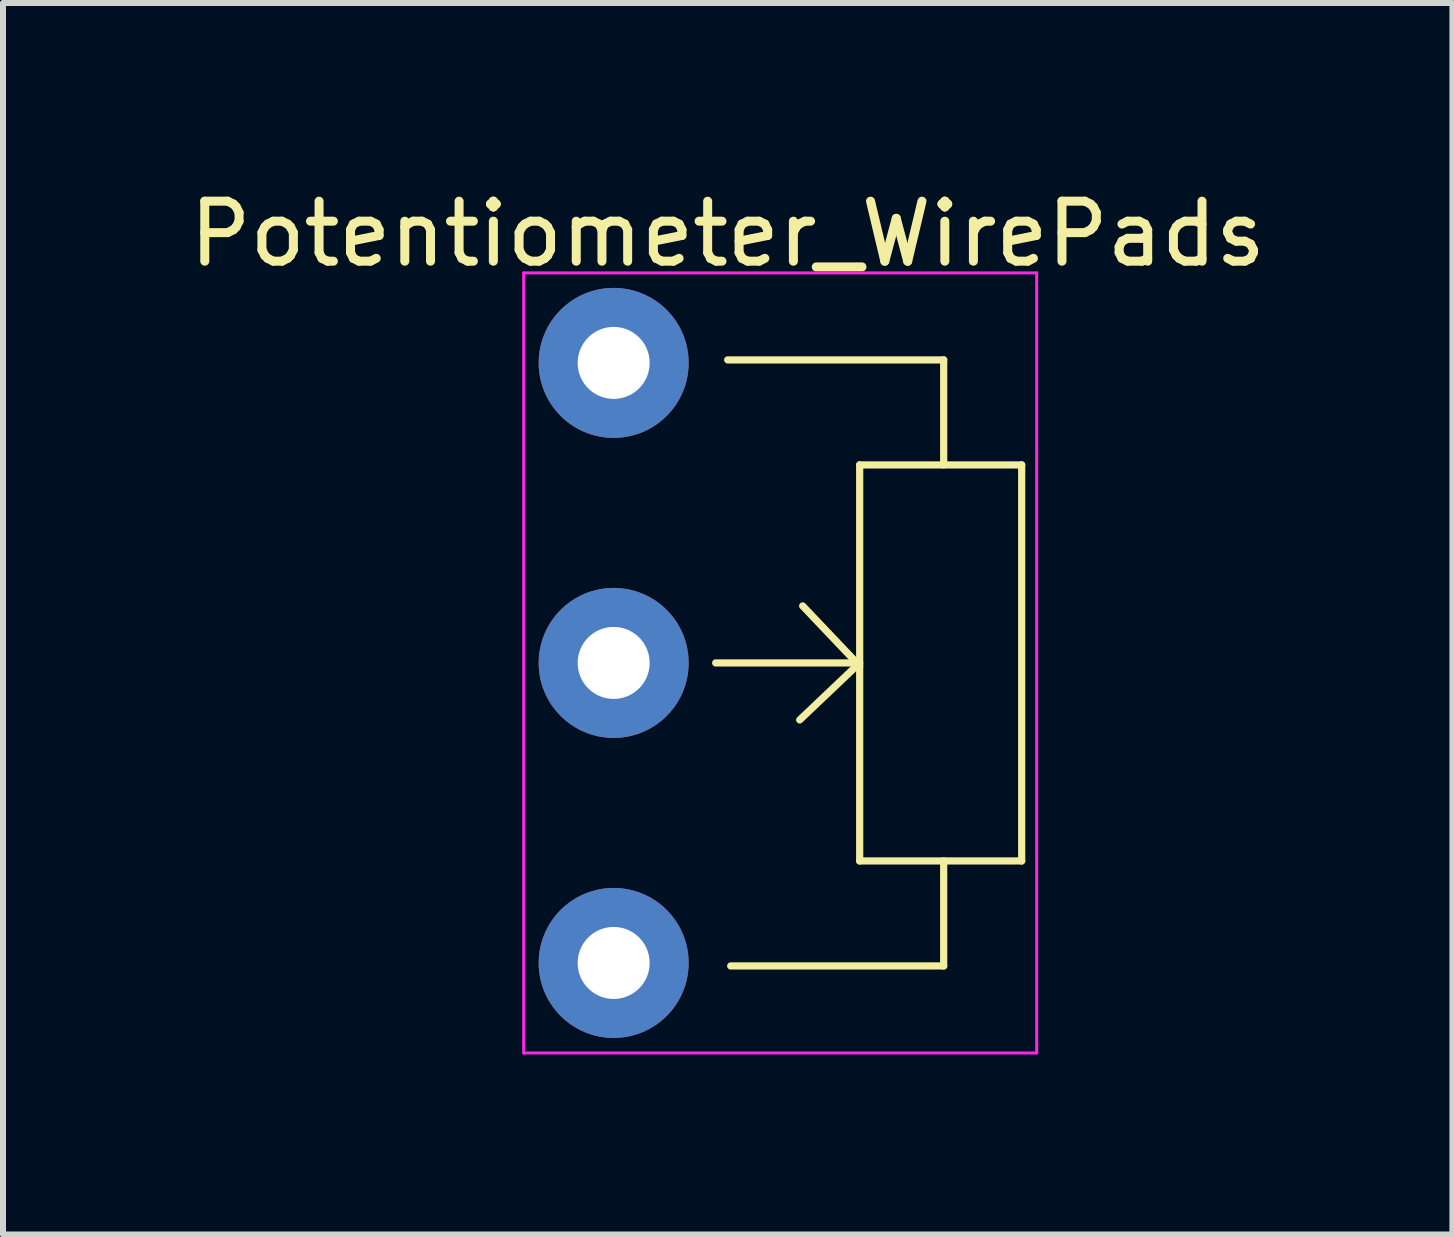
<source format=kicad_pcb>
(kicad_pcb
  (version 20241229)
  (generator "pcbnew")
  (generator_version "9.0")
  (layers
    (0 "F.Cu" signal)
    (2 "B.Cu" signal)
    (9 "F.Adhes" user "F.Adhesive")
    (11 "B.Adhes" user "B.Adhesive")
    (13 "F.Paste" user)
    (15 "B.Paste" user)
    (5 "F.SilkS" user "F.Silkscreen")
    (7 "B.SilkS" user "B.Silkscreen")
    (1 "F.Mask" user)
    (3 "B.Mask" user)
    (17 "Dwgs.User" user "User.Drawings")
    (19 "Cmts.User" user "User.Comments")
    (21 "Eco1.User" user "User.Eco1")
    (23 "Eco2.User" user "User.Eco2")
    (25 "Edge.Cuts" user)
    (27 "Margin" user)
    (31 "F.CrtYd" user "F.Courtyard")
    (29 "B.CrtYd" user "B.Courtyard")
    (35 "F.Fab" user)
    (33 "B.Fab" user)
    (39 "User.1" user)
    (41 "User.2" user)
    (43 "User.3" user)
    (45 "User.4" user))
  (footprint "Potentiometer_WirePads"
    (layer "F.Cu")
    (at 7.177 2.998)
    (property "Reference" "Potentiometer_WirePads" (at 1.9 -2.15 0) (layer "F.SilkS") (effects (font (size 1 1) (thickness 0.15))))
    (attr through_hole)
    (fp_line (start 4.05 5) (end 1.7 5) (stroke (width 0.12) (type solid)) (layer "F.SilkS"))
    (fp_line (start 4.1 1.7) (end 6.8 1.7) (stroke (width 0.12) (type solid)) (layer "F.SilkS"))
    (fp_line (start 4.1 5) (end 3.1 5.95) (stroke (width 0.12) (type solid)) (layer "F.SilkS"))
    (fp_line (start 4.1 5.05) (end 3.15 4.05) (stroke (width 0.12) (type solid)) (layer "F.SilkS"))
    (fp_line (start 4.1 8.3) (end 4.1 1.7) (stroke (width 0.12) (type solid)) (layer "F.SilkS"))
    (fp_line (start 5.5 -0.05) (end 1.9 -0.05) (stroke (width 0.12) (type solid)) (layer "F.SilkS"))
    (fp_line (start 5.5 1.7) (end 5.5 -0.05) (stroke (width 0.12) (type solid)) (layer "F.SilkS"))
    (fp_line (start 5.5 8.3) (end 5.5 10.05) (stroke (width 0.12) (type solid)) (layer "F.SilkS"))
    (fp_line (start 5.5 10.05) (end 1.95 10.05) (stroke (width 0.12) (type solid)) (layer "F.SilkS"))
    (fp_line (start 6.8 1.7) (end 6.8 8.3) (stroke (width 0.12) (type solid)) (layer "F.SilkS"))
    (fp_line (start 6.8 8.3) (end 4.1 8.3) (stroke (width 0.12) (type solid)) (layer "F.SilkS"))
    (fp_line (start -1.5 -1.5) (end -1.5 11.5) (stroke (width 0.05) (type solid)) (layer "F.CrtYd"))
    (fp_line (start -1.5 -1.5) (end 7.05 -1.5) (stroke (width 0.05) (type solid)) (layer "F.CrtYd"))
    (fp_line (start 7.05 11.5) (end -1.5 11.5) (stroke (width 0.05) (type solid)) (layer "F.CrtYd"))
    (fp_line (start 7.05 11.5) (end 7.05 -1.5) (stroke (width 0.05) (type solid)) (layer "F.CrtYd"))
    (pad "1" thru_hole circle (at 0 0) (size 2.5 2.5) (drill 1.2) (layers "*.Cu" "*.Mask"))
    (pad "2" thru_hole circle (at 0 5) (size 2.5 2.5) (drill 1.2) (layers "*.Cu" "*.Mask"))
    (pad "3" thru_hole circle (at 0 10) (size 2.5 2.5) (drill 1.2) (layers "*.Cu" "*.Mask")))
  (gr_rect
    (start -3 -3)
    (end 21.155 17.523)
    (stroke (width 0.1) (type default))
    (fill no)
    (layer "Edge.Cuts")))
</source>
